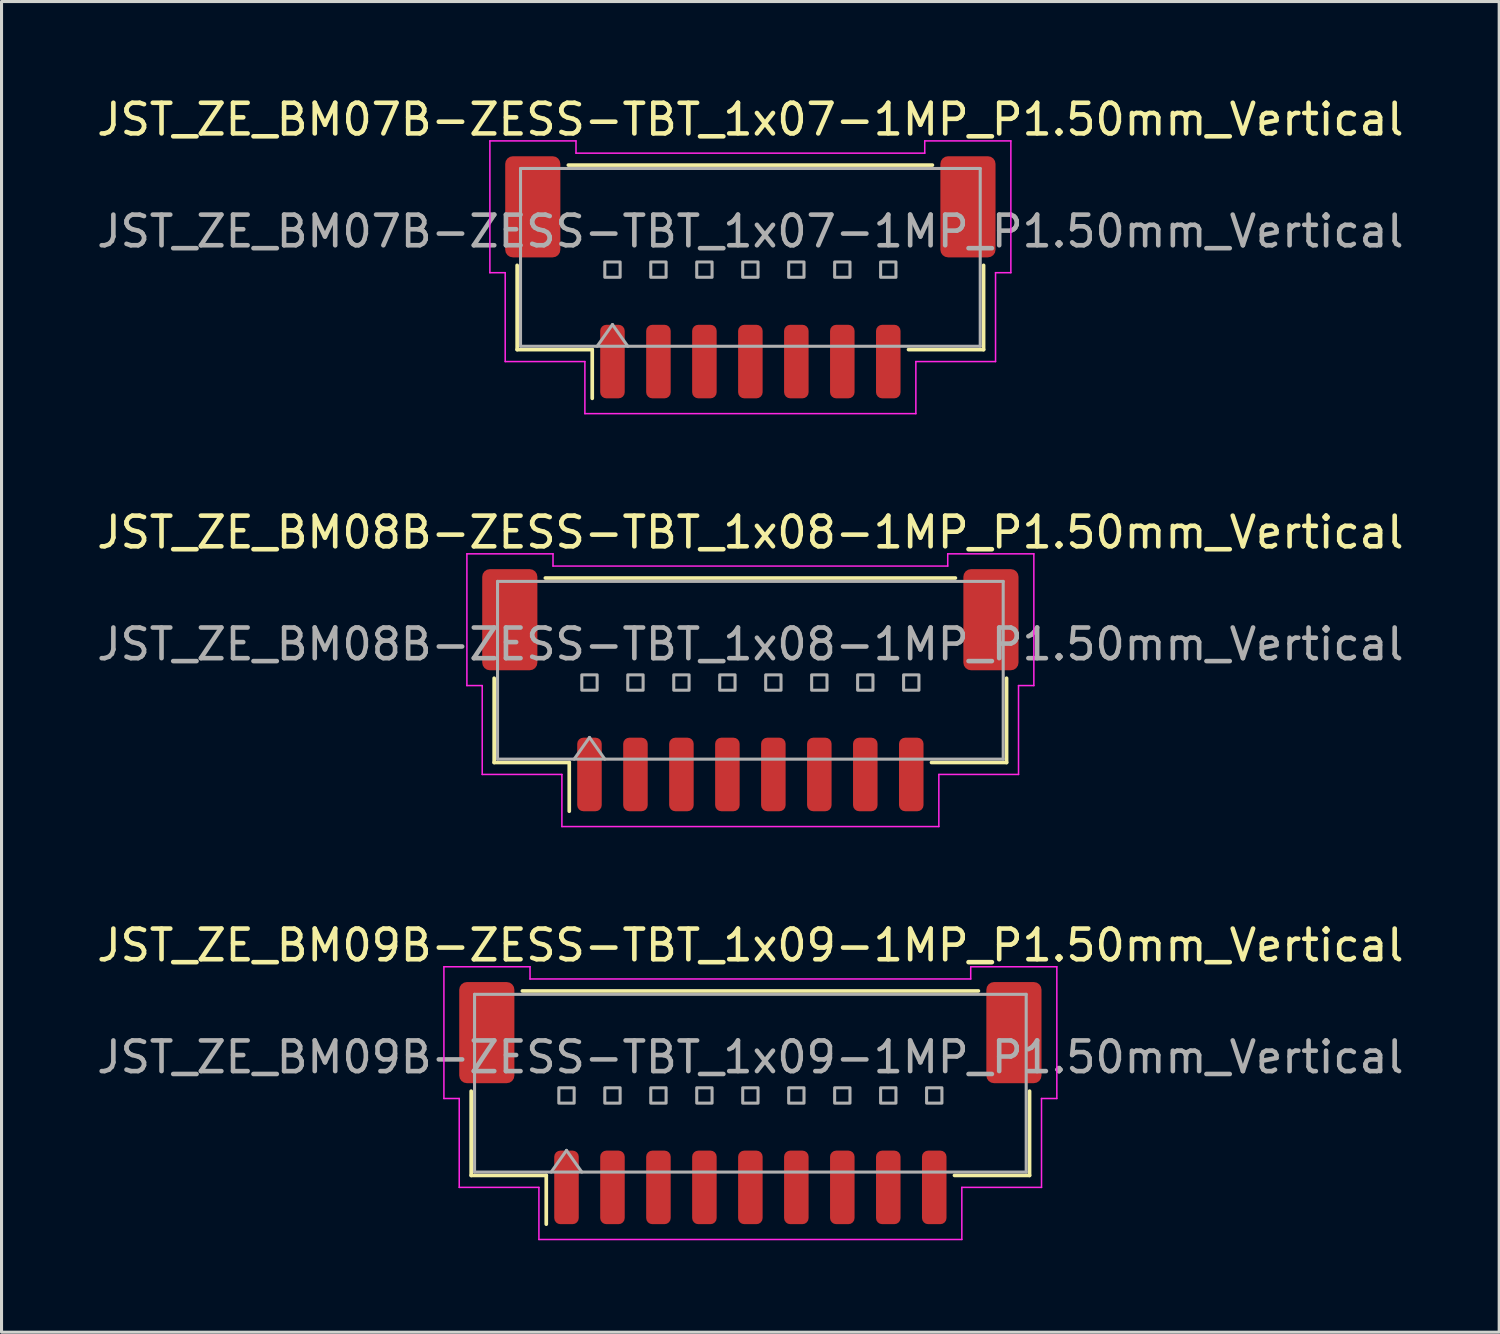
<source format=kicad_pcb>
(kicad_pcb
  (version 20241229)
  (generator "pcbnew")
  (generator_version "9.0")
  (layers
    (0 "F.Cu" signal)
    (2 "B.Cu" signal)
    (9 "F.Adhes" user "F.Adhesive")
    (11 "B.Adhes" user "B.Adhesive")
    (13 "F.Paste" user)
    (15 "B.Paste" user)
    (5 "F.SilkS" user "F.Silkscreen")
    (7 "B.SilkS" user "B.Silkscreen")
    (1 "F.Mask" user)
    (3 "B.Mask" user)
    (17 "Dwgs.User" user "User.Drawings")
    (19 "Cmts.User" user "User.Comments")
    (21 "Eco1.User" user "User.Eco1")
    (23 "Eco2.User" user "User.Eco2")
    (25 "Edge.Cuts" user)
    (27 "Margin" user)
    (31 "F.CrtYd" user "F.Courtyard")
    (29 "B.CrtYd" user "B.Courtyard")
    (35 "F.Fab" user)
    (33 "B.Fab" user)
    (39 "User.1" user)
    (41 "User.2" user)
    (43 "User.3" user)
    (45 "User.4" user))
  (footprint "JST_ZE_BM08B-ZESS-TBT_1x08-1MP_P1.50mm_Vertical"
    (layer "F.Cu")
    (at 21.435 19.471)
    (property "Reference" "JST_ZE_BM08B-ZESS-TBT_1x08-1MP_P1.50mm_Vertical" (at 0 -5.15 0) (layer "F.SilkS") (effects (font (size 1 1) (thickness 0.15))))
    (attr smd)
    (fp_line (start -8.36 -0.39) (end -8.36 2.36) (stroke (width 0.12) (type solid)) (layer "F.SilkS"))
    (fp_line (start -8.36 2.36) (end -5.91 2.36) (stroke (width 0.12) (type solid)) (layer "F.SilkS"))
    (fp_line (start -6.69 -3.66) (end 6.69 -3.66) (stroke (width 0.12) (type solid)) (layer "F.SilkS"))
    (fp_line (start -5.91 2.36) (end -5.91 3.95) (stroke (width 0.12) (type solid)) (layer "F.SilkS"))
    (fp_line (start 8.36 -0.39) (end 8.36 2.36) (stroke (width 0.12) (type solid)) (layer "F.SilkS"))
    (fp_line (start 8.36 2.36) (end 5.91 2.36) (stroke (width 0.12) (type solid)) (layer "F.SilkS"))
    (fp_line (start -9.25 -4.45) (end -6.44 -4.45) (stroke (width 0.05) (type solid)) (layer "F.CrtYd"))
    (fp_line (start -9.25 -0.15) (end -9.25 -4.45) (stroke (width 0.05) (type solid)) (layer "F.CrtYd"))
    (fp_line (start -8.75 -0.15) (end -9.25 -0.15) (stroke (width 0.05) (type solid)) (layer "F.CrtYd"))
    (fp_line (start -8.75 2.75) (end -8.75 -0.15) (stroke (width 0.05) (type solid)) (layer "F.CrtYd"))
    (fp_line (start -6.44 -4.45) (end -6.44 -4.05) (stroke (width 0.05) (type solid)) (layer "F.CrtYd"))
    (fp_line (start -6.44 -4.05) (end 6.44 -4.05) (stroke (width 0.05) (type solid)) (layer "F.CrtYd"))
    (fp_line (start -6.15 2.75) (end -8.75 2.75) (stroke (width 0.05) (type solid)) (layer "F.CrtYd"))
    (fp_line (start -6.15 4.45) (end -6.15 2.75) (stroke (width 0.05) (type solid)) (layer "F.CrtYd"))
    (fp_line (start 6.15 2.75) (end 6.15 4.45) (stroke (width 0.05) (type solid)) (layer "F.CrtYd"))
    (fp_line (start 6.15 4.45) (end -6.15 4.45) (stroke (width 0.05) (type solid)) (layer "F.CrtYd"))
    (fp_line (start 6.44 -4.45) (end 9.25 -4.45) (stroke (width 0.05) (type solid)) (layer "F.CrtYd"))
    (fp_line (start 6.44 -4.05) (end 6.44 -4.45) (stroke (width 0.05) (type solid)) (layer "F.CrtYd"))
    (fp_line (start 8.75 -0.15) (end 8.75 2.75) (stroke (width 0.05) (type solid)) (layer "F.CrtYd"))
    (fp_line (start 8.75 2.75) (end 6.15 2.75) (stroke (width 0.05) (type solid)) (layer "F.CrtYd"))
    (fp_line (start 9.25 -4.45) (end 9.25 -0.15) (stroke (width 0.05) (type solid)) (layer "F.CrtYd"))
    (fp_line (start 9.25 -0.15) (end 8.75 -0.15) (stroke (width 0.05) (type solid)) (layer "F.CrtYd"))
    (fp_line (start -8.25 -3.55) (end 8.25 -3.55) (stroke (width 0.1) (type solid)) (layer "F.Fab"))
    (fp_line (start -8.25 2.25) (end -8.25 -3.55) (stroke (width 0.1) (type solid)) (layer "F.Fab"))
    (fp_line (start -8.25 2.25) (end 8.25 2.25) (stroke (width 0.1) (type solid)) (layer "F.Fab"))
    (fp_line (start -5.75 2.25) (end -5.25 1.543) (stroke (width 0.1) (type solid)) (layer "F.Fab"))
    (fp_line (start -5.25 1.543) (end -4.75 2.25) (stroke (width 0.1) (type solid)) (layer "F.Fab"))
    (fp_line (start 8.25 2.25) (end 8.25 -3.55) (stroke (width 0.1) (type solid)) (layer "F.Fab"))
    (fp_rect (start -5.5 -0.5) (end -5 0) (stroke (width 0.1) (type solid)) (fill no) (layer "F.Fab"))
    (fp_rect (start -4 -0.5) (end -3.5 0) (stroke (width 0.1) (type solid)) (fill no) (layer "F.Fab"))
    (fp_rect (start -2.5 -0.5) (end -2 0) (stroke (width 0.1) (type solid)) (fill no) (layer "F.Fab"))
    (fp_rect (start -1 -0.5) (end -0.5 0) (stroke (width 0.1) (type solid)) (fill no) (layer "F.Fab"))
    (fp_rect (start 0.5 -0.5) (end 1 0) (stroke (width 0.1) (type solid)) (fill no) (layer "F.Fab"))
    (fp_rect (start 2 -0.5) (end 2.5 0) (stroke (width 0.1) (type solid)) (fill no) (layer "F.Fab"))
    (fp_rect (start 3.5 -0.5) (end 4 0) (stroke (width 0.1) (type solid)) (fill no) (layer "F.Fab"))
    (fp_rect (start 5 -0.5) (end 5.5 0) (stroke (width 0.1) (type solid)) (fill no) (layer "F.Fab"))
    (fp_text user "${REFERENCE}" (at 0 -1.5 0) (layer "F.Fab") (effects (font (size 1 1) (thickness 0.15))))
    (pad "1" smd roundrect (at -5.25 2.75) (size 0.8 2.4) (layers "F.Cu" "F.Mask" "F.Paste") (roundrect_rratio 0.25))
    (pad "2" smd roundrect (at -3.75 2.75) (size 0.8 2.4) (layers "F.Cu" "F.Mask" "F.Paste") (roundrect_rratio 0.25))
    (pad "3" smd roundrect (at -2.25 2.75) (size 0.8 2.4) (layers "F.Cu" "F.Mask" "F.Paste") (roundrect_rratio 0.25))
    (pad "4" smd roundrect (at -0.75 2.75) (size 0.8 2.4) (layers "F.Cu" "F.Mask" "F.Paste") (roundrect_rratio 0.25))
    (pad "5" smd roundrect (at 0.75 2.75) (size 0.8 2.4) (layers "F.Cu" "F.Mask" "F.Paste") (roundrect_rratio 0.25))
    (pad "6" smd roundrect (at 2.25 2.75) (size 0.8 2.4) (layers "F.Cu" "F.Mask" "F.Paste") (roundrect_rratio 0.25))
    (pad "7" smd roundrect (at 3.75 2.75) (size 0.8 2.4) (layers "F.Cu" "F.Mask" "F.Paste") (roundrect_rratio 0.25))
    (pad "8" smd roundrect (at 5.25 2.75) (size 0.8 2.4) (layers "F.Cu" "F.Mask" "F.Paste") (roundrect_rratio 0.25))
    (pad "MP" smd roundrect (at -7.85 -2.3) (size 1.8 3.3) (layers "F.Cu" "F.Mask" "F.Paste") (roundrect_rratio 0.139))
    (pad "MP" smd roundrect (at 7.85 -2.3) (size 1.8 3.3) (layers "F.Cu" "F.Mask" "F.Paste") (roundrect_rratio 0.139)))
  (footprint "JST_ZE_BM07B-ZESS-TBT_1x07-1MP_P1.50mm_Vertical"
    (layer "F.Cu")
    (at 21.435 5.998)
    (property "Reference" "JST_ZE_BM07B-ZESS-TBT_1x07-1MP_P1.50mm_Vertical" (at 0 -5.15 0) (layer "F.SilkS") (effects (font (size 1 1) (thickness 0.15))))
    (attr smd)
    (fp_line (start -7.61 -0.39) (end -7.61 2.36) (stroke (width 0.12) (type solid)) (layer "F.SilkS"))
    (fp_line (start -7.61 2.36) (end -5.16 2.36) (stroke (width 0.12) (type solid)) (layer "F.SilkS"))
    (fp_line (start -5.94 -3.66) (end 5.94 -3.66) (stroke (width 0.12) (type solid)) (layer "F.SilkS"))
    (fp_line (start -5.16 2.36) (end -5.16 3.95) (stroke (width 0.12) (type solid)) (layer "F.SilkS"))
    (fp_line (start 7.61 -0.39) (end 7.61 2.36) (stroke (width 0.12) (type solid)) (layer "F.SilkS"))
    (fp_line (start 7.61 2.36) (end 5.16 2.36) (stroke (width 0.12) (type solid)) (layer "F.SilkS"))
    (fp_line (start -8.5 -4.45) (end -5.69 -4.45) (stroke (width 0.05) (type solid)) (layer "F.CrtYd"))
    (fp_line (start -8.5 -0.15) (end -8.5 -4.45) (stroke (width 0.05) (type solid)) (layer "F.CrtYd"))
    (fp_line (start -8 -0.15) (end -8.5 -0.15) (stroke (width 0.05) (type solid)) (layer "F.CrtYd"))
    (fp_line (start -8 2.75) (end -8 -0.15) (stroke (width 0.05) (type solid)) (layer "F.CrtYd"))
    (fp_line (start -5.69 -4.45) (end -5.69 -4.05) (stroke (width 0.05) (type solid)) (layer "F.CrtYd"))
    (fp_line (start -5.69 -4.05) (end 5.69 -4.05) (stroke (width 0.05) (type solid)) (layer "F.CrtYd"))
    (fp_line (start -5.4 2.75) (end -8 2.75) (stroke (width 0.05) (type solid)) (layer "F.CrtYd"))
    (fp_line (start -5.4 4.45) (end -5.4 2.75) (stroke (width 0.05) (type solid)) (layer "F.CrtYd"))
    (fp_line (start 5.4 2.75) (end 5.4 4.45) (stroke (width 0.05) (type solid)) (layer "F.CrtYd"))
    (fp_line (start 5.4 4.45) (end -5.4 4.45) (stroke (width 0.05) (type solid)) (layer "F.CrtYd"))
    (fp_line (start 5.69 -4.45) (end 8.5 -4.45) (stroke (width 0.05) (type solid)) (layer "F.CrtYd"))
    (fp_line (start 5.69 -4.05) (end 5.69 -4.45) (stroke (width 0.05) (type solid)) (layer "F.CrtYd"))
    (fp_line (start 8 -0.15) (end 8 2.75) (stroke (width 0.05) (type solid)) (layer "F.CrtYd"))
    (fp_line (start 8 2.75) (end 5.4 2.75) (stroke (width 0.05) (type solid)) (layer "F.CrtYd"))
    (fp_line (start 8.5 -4.45) (end 8.5 -0.15) (stroke (width 0.05) (type solid)) (layer "F.CrtYd"))
    (fp_line (start 8.5 -0.15) (end 8 -0.15) (stroke (width 0.05) (type solid)) (layer "F.CrtYd"))
    (fp_line (start -7.5 -3.55) (end 7.5 -3.55) (stroke (width 0.1) (type solid)) (layer "F.Fab"))
    (fp_line (start -7.5 2.25) (end -7.5 -3.55) (stroke (width 0.1) (type solid)) (layer "F.Fab"))
    (fp_line (start -7.5 2.25) (end 7.5 2.25) (stroke (width 0.1) (type solid)) (layer "F.Fab"))
    (fp_line (start -5 2.25) (end -4.5 1.543) (stroke (width 0.1) (type solid)) (layer "F.Fab"))
    (fp_line (start -4.5 1.543) (end -4 2.25) (stroke (width 0.1) (type solid)) (layer "F.Fab"))
    (fp_line (start 7.5 2.25) (end 7.5 -3.55) (stroke (width 0.1) (type solid)) (layer "F.Fab"))
    (fp_rect (start -4.75 -0.5) (end -4.25 0) (stroke (width 0.1) (type solid)) (fill no) (layer "F.Fab"))
    (fp_rect (start -3.25 -0.5) (end -2.75 0) (stroke (width 0.1) (type solid)) (fill no) (layer "F.Fab"))
    (fp_rect (start -1.75 -0.5) (end -1.25 0) (stroke (width 0.1) (type solid)) (fill no) (layer "F.Fab"))
    (fp_rect (start -0.25 -0.5) (end 0.25 0) (stroke (width 0.1) (type solid)) (fill no) (layer "F.Fab"))
    (fp_rect (start 1.25 -0.5) (end 1.75 0) (stroke (width 0.1) (type solid)) (fill no) (layer "F.Fab"))
    (fp_rect (start 2.75 -0.5) (end 3.25 0) (stroke (width 0.1) (type solid)) (fill no) (layer "F.Fab"))
    (fp_rect (start 4.25 -0.5) (end 4.75 0) (stroke (width 0.1) (type solid)) (fill no) (layer "F.Fab"))
    (fp_text user "${REFERENCE}" (at 0 -1.5 0) (layer "F.Fab") (effects (font (size 1 1) (thickness 0.15))))
    (pad "1" smd roundrect (at -4.5 2.75) (size 0.8 2.4) (layers "F.Cu" "F.Mask" "F.Paste") (roundrect_rratio 0.25))
    (pad "2" smd roundrect (at -3 2.75) (size 0.8 2.4) (layers "F.Cu" "F.Mask" "F.Paste") (roundrect_rratio 0.25))
    (pad "3" smd roundrect (at -1.5 2.75) (size 0.8 2.4) (layers "F.Cu" "F.Mask" "F.Paste") (roundrect_rratio 0.25))
    (pad "4" smd roundrect (at 0 2.75) (size 0.8 2.4) (layers "F.Cu" "F.Mask" "F.Paste") (roundrect_rratio 0.25))
    (pad "5" smd roundrect (at 1.5 2.75) (size 0.8 2.4) (layers "F.Cu" "F.Mask" "F.Paste") (roundrect_rratio 0.25))
    (pad "6" smd roundrect (at 3 2.75) (size 0.8 2.4) (layers "F.Cu" "F.Mask" "F.Paste") (roundrect_rratio 0.25))
    (pad "7" smd roundrect (at 4.5 2.75) (size 0.8 2.4) (layers "F.Cu" "F.Mask" "F.Paste") (roundrect_rratio 0.25))
    (pad "MP" smd roundrect (at -7.1 -2.3) (size 1.8 3.3) (layers "F.Cu" "F.Mask" "F.Paste") (roundrect_rratio 0.139))
    (pad "MP" smd roundrect (at 7.1 -2.3) (size 1.8 3.3) (layers "F.Cu" "F.Mask" "F.Paste") (roundrect_rratio 0.139)))
  (footprint "JST_ZE_BM09B-ZESS-TBT_1x09-1MP_P1.50mm_Vertical"
    (layer "F.Cu")
    (at 21.435 32.945)
    (property "Reference" "JST_ZE_BM09B-ZESS-TBT_1x09-1MP_P1.50mm_Vertical" (at 0 -5.15 0) (layer "F.SilkS") (effects (font (size 1 1) (thickness 0.15))))
    (attr smd)
    (fp_line (start -9.11 -0.39) (end -9.11 2.36) (stroke (width 0.12) (type solid)) (layer "F.SilkS"))
    (fp_line (start -9.11 2.36) (end -6.66 2.36) (stroke (width 0.12) (type solid)) (layer "F.SilkS"))
    (fp_line (start -7.44 -3.66) (end 7.44 -3.66) (stroke (width 0.12) (type solid)) (layer "F.SilkS"))
    (fp_line (start -6.66 2.36) (end -6.66 3.95) (stroke (width 0.12) (type solid)) (layer "F.SilkS"))
    (fp_line (start 9.11 -0.39) (end 9.11 2.36) (stroke (width 0.12) (type solid)) (layer "F.SilkS"))
    (fp_line (start 9.11 2.36) (end 6.66 2.36) (stroke (width 0.12) (type solid)) (layer "F.SilkS"))
    (fp_line (start -10 -4.45) (end -7.19 -4.45) (stroke (width 0.05) (type solid)) (layer "F.CrtYd"))
    (fp_line (start -10 -0.15) (end -10 -4.45) (stroke (width 0.05) (type solid)) (layer "F.CrtYd"))
    (fp_line (start -9.5 -0.15) (end -10 -0.15) (stroke (width 0.05) (type solid)) (layer "F.CrtYd"))
    (fp_line (start -9.5 2.75) (end -9.5 -0.15) (stroke (width 0.05) (type solid)) (layer "F.CrtYd"))
    (fp_line (start -7.19 -4.45) (end -7.19 -4.05) (stroke (width 0.05) (type solid)) (layer "F.CrtYd"))
    (fp_line (start -7.19 -4.05) (end 7.19 -4.05) (stroke (width 0.05) (type solid)) (layer "F.CrtYd"))
    (fp_line (start -6.9 2.75) (end -9.5 2.75) (stroke (width 0.05) (type solid)) (layer "F.CrtYd"))
    (fp_line (start -6.9 4.45) (end -6.9 2.75) (stroke (width 0.05) (type solid)) (layer "F.CrtYd"))
    (fp_line (start 6.9 2.75) (end 6.9 4.45) (stroke (width 0.05) (type solid)) (layer "F.CrtYd"))
    (fp_line (start 6.9 4.45) (end -6.9 4.45) (stroke (width 0.05) (type solid)) (layer "F.CrtYd"))
    (fp_line (start 7.19 -4.45) (end 10 -4.45) (stroke (width 0.05) (type solid)) (layer "F.CrtYd"))
    (fp_line (start 7.19 -4.05) (end 7.19 -4.45) (stroke (width 0.05) (type solid)) (layer "F.CrtYd"))
    (fp_line (start 9.5 -0.15) (end 9.5 2.75) (stroke (width 0.05) (type solid)) (layer "F.CrtYd"))
    (fp_line (start 9.5 2.75) (end 6.9 2.75) (stroke (width 0.05) (type solid)) (layer "F.CrtYd"))
    (fp_line (start 10 -4.45) (end 10 -0.15) (stroke (width 0.05) (type solid)) (layer "F.CrtYd"))
    (fp_line (start 10 -0.15) (end 9.5 -0.15) (stroke (width 0.05) (type solid)) (layer "F.CrtYd"))
    (fp_line (start -9 -3.55) (end 9 -3.55) (stroke (width 0.1) (type solid)) (layer "F.Fab"))
    (fp_line (start -9 2.25) (end -9 -3.55) (stroke (width 0.1) (type solid)) (layer "F.Fab"))
    (fp_line (start -9 2.25) (end 9 2.25) (stroke (width 0.1) (type solid)) (layer "F.Fab"))
    (fp_line (start -6.5 2.25) (end -6 1.543) (stroke (width 0.1) (type solid)) (layer "F.Fab"))
    (fp_line (start -6 1.543) (end -5.5 2.25) (stroke (width 0.1) (type solid)) (layer "F.Fab"))
    (fp_line (start 9 2.25) (end 9 -3.55) (stroke (width 0.1) (type solid)) (layer "F.Fab"))
    (fp_rect (start -6.25 -0.5) (end -5.75 0) (stroke (width 0.1) (type solid)) (fill no) (layer "F.Fab"))
    (fp_rect (start -4.75 -0.5) (end -4.25 0) (stroke (width 0.1) (type solid)) (fill no) (layer "F.Fab"))
    (fp_rect (start -3.25 -0.5) (end -2.75 0) (stroke (width 0.1) (type solid)) (fill no) (layer "F.Fab"))
    (fp_rect (start -1.75 -0.5) (end -1.25 0) (stroke (width 0.1) (type solid)) (fill no) (layer "F.Fab"))
    (fp_rect (start -0.25 -0.5) (end 0.25 0) (stroke (width 0.1) (type solid)) (fill no) (layer "F.Fab"))
    (fp_rect (start 1.25 -0.5) (end 1.75 0) (stroke (width 0.1) (type solid)) (fill no) (layer "F.Fab"))
    (fp_rect (start 2.75 -0.5) (end 3.25 0) (stroke (width 0.1) (type solid)) (fill no) (layer "F.Fab"))
    (fp_rect (start 4.25 -0.5) (end 4.75 0) (stroke (width 0.1) (type solid)) (fill no) (layer "F.Fab"))
    (fp_rect (start 5.75 -0.5) (end 6.25 0) (stroke (width 0.1) (type solid)) (fill no) (layer "F.Fab"))
    (fp_text user "${REFERENCE}" (at 0 -1.5 0) (layer "F.Fab") (effects (font (size 1 1) (thickness 0.15))))
    (pad "1" smd roundrect (at -6 2.75) (size 0.8 2.4) (layers "F.Cu" "F.Mask" "F.Paste") (roundrect_rratio 0.25))
    (pad "2" smd roundrect (at -4.5 2.75) (size 0.8 2.4) (layers "F.Cu" "F.Mask" "F.Paste") (roundrect_rratio 0.25))
    (pad "3" smd roundrect (at -3 2.75) (size 0.8 2.4) (layers "F.Cu" "F.Mask" "F.Paste") (roundrect_rratio 0.25))
    (pad "4" smd roundrect (at -1.5 2.75) (size 0.8 2.4) (layers "F.Cu" "F.Mask" "F.Paste") (roundrect_rratio 0.25))
    (pad "5" smd roundrect (at 0 2.75) (size 0.8 2.4) (layers "F.Cu" "F.Mask" "F.Paste") (roundrect_rratio 0.25))
    (pad "6" smd roundrect (at 1.5 2.75) (size 0.8 2.4) (layers "F.Cu" "F.Mask" "F.Paste") (roundrect_rratio 0.25))
    (pad "7" smd roundrect (at 3 2.75) (size 0.8 2.4) (layers "F.Cu" "F.Mask" "F.Paste") (roundrect_rratio 0.25))
    (pad "8" smd roundrect (at 4.5 2.75) (size 0.8 2.4) (layers "F.Cu" "F.Mask" "F.Paste") (roundrect_rratio 0.25))
    (pad "9" smd roundrect (at 6 2.75) (size 0.8 2.4) (layers "F.Cu" "F.Mask" "F.Paste") (roundrect_rratio 0.25))
    (pad "MP" smd roundrect (at -8.6 -2.3) (size 1.8 3.3) (layers "F.Cu" "F.Mask" "F.Paste") (roundrect_rratio 0.139))
    (pad "MP" smd roundrect (at 8.6 -2.3) (size 1.8 3.3) (layers "F.Cu" "F.Mask" "F.Paste") (roundrect_rratio 0.139)))
  (gr_rect
    (start -3 -3)
    (end 45.869 40.42)
    (stroke (width 0.1) (type default))
    (fill no)
    (layer "Edge.Cuts")))
</source>
